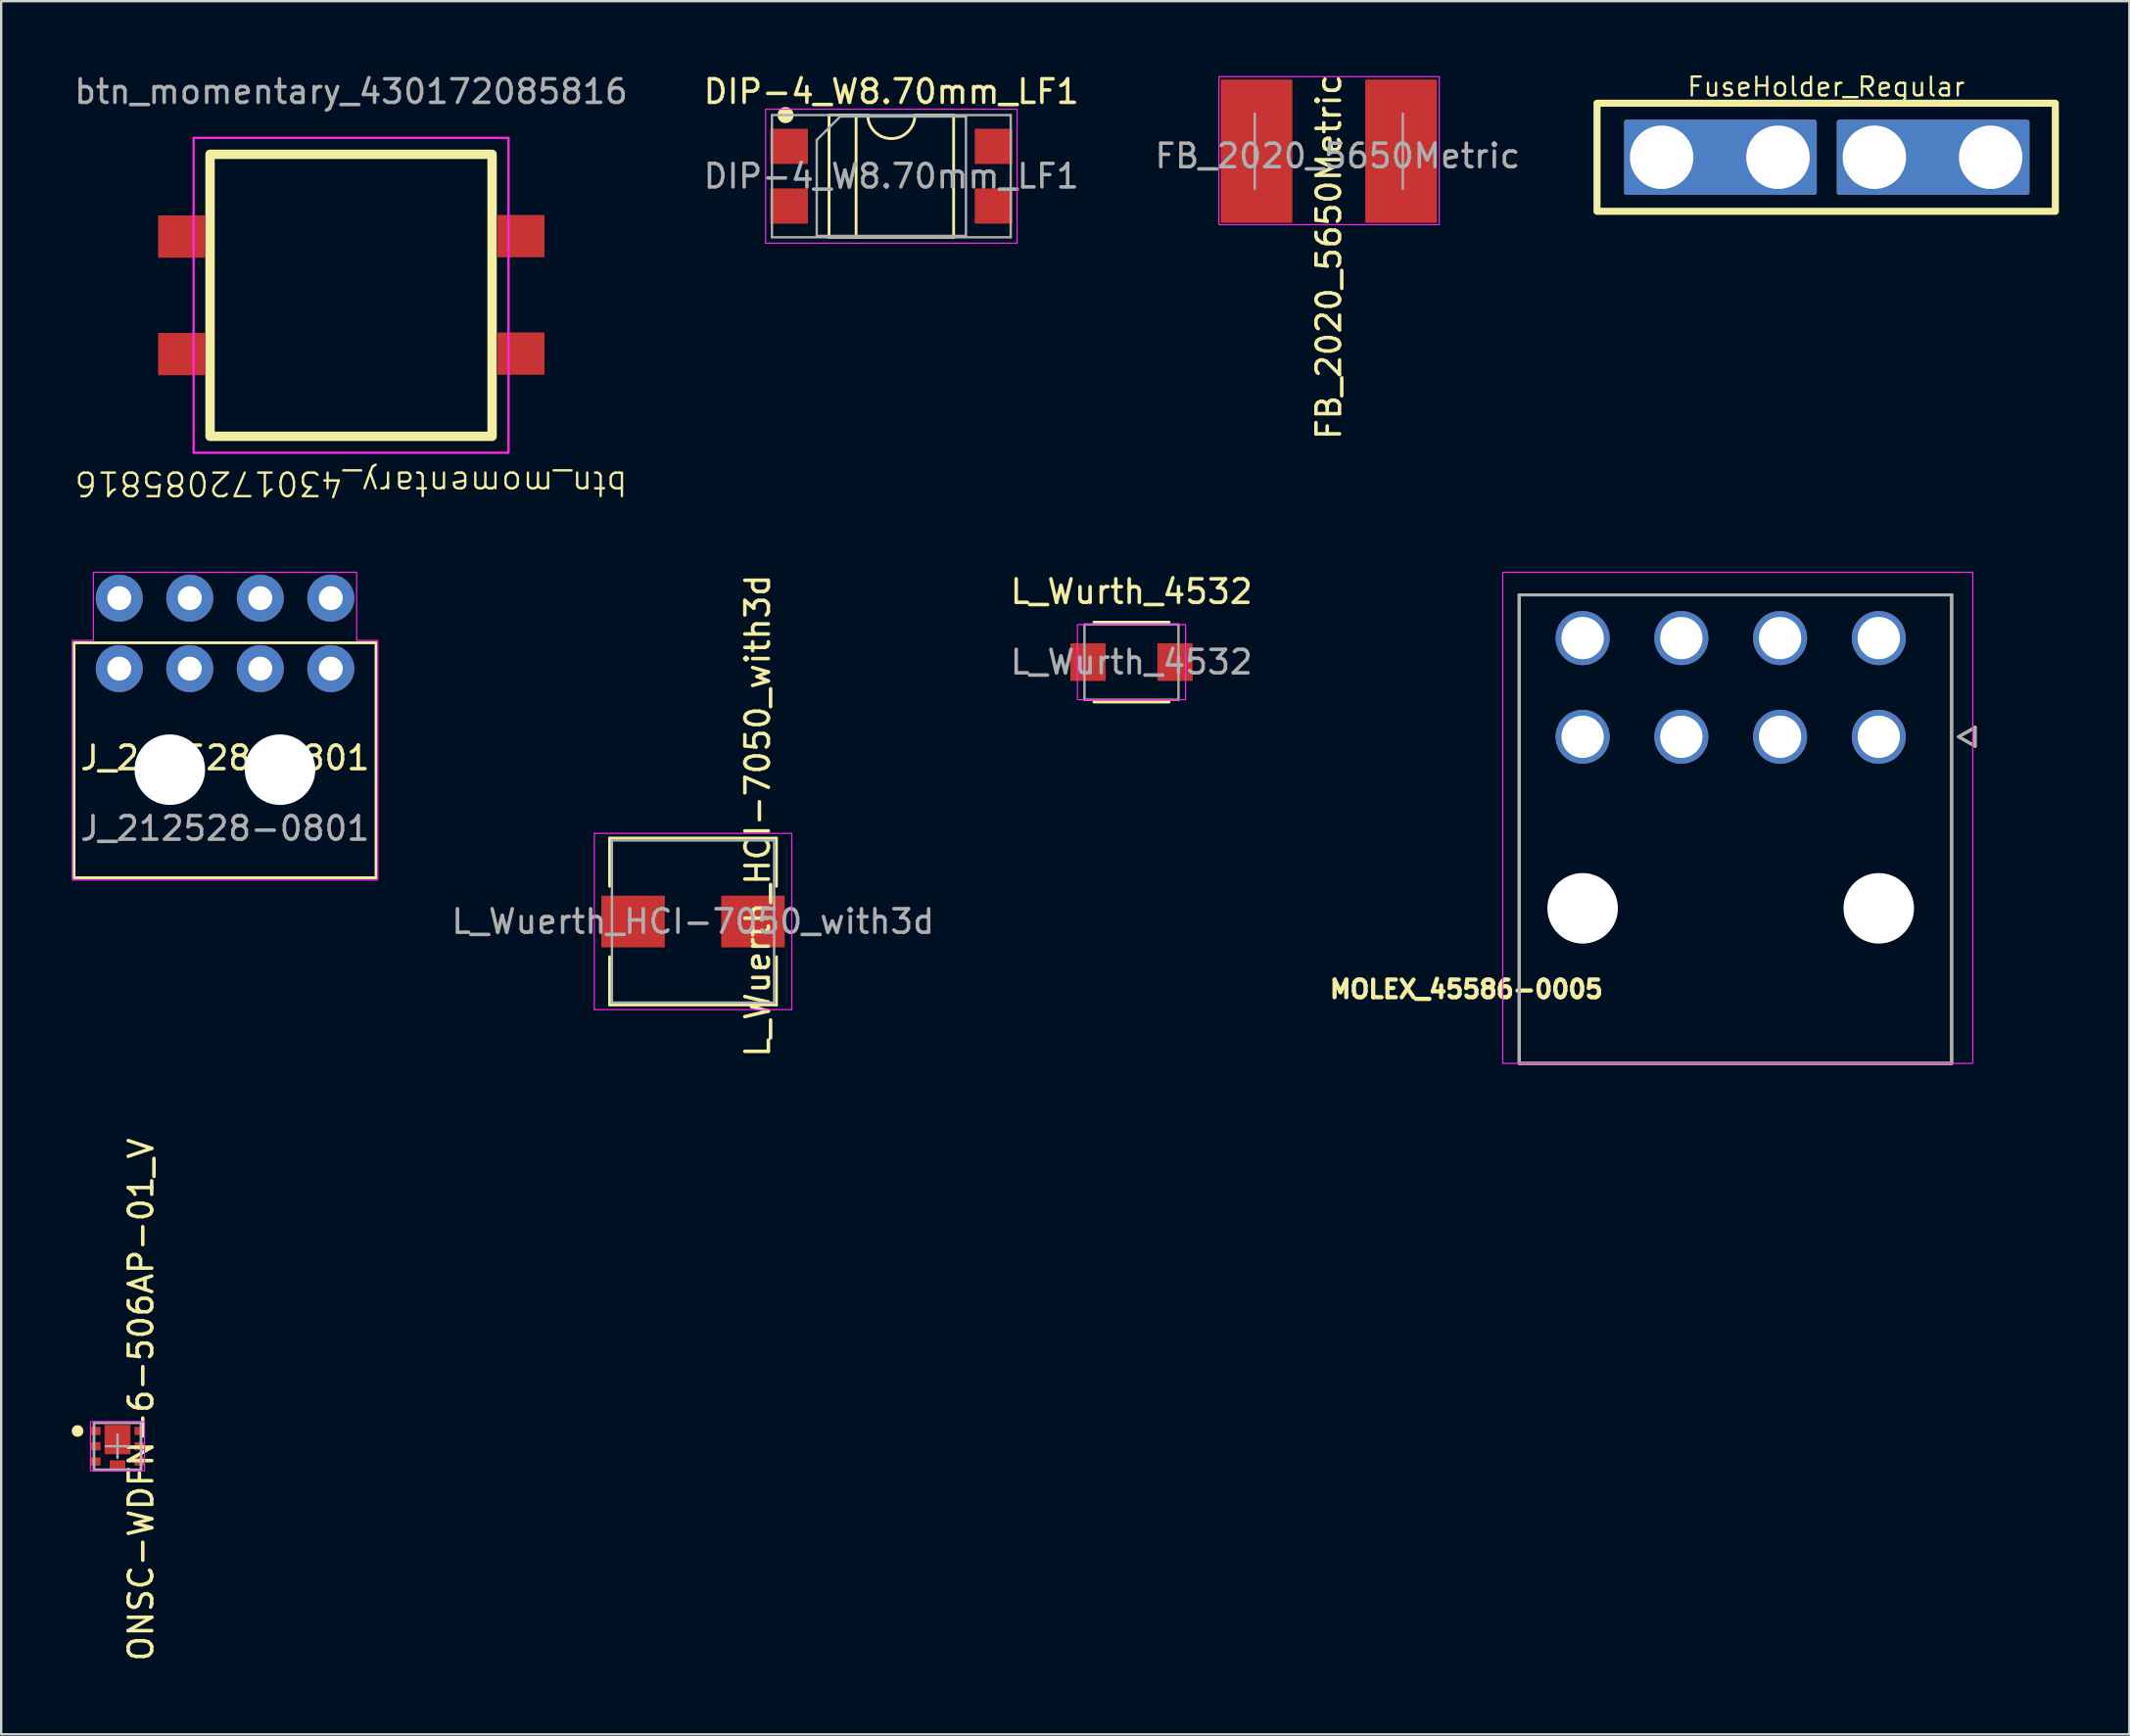
<source format=kicad_pcb>
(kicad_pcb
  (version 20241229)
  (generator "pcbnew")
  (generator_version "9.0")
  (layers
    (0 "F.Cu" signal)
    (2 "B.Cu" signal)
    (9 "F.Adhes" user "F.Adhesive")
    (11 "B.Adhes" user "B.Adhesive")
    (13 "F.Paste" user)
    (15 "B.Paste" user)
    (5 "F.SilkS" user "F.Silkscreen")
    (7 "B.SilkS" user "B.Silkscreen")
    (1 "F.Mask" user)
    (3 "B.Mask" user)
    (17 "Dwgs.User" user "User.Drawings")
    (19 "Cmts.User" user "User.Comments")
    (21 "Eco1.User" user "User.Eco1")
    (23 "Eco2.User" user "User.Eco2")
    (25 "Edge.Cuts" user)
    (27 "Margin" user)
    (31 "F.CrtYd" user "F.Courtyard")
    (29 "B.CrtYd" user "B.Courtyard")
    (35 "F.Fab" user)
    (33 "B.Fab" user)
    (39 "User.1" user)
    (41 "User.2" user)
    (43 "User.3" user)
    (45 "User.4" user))
  (footprint "FB_2020_5650Metric"
    (layer "F.Cu")
    (at 53.488 3.387)
    (property "Reference" "FB_2020_5650Metric" (at 0 4.5 90) (layer "F.SilkS") (effects (font (size 1 1) (thickness 0.15))))
    (attr smd)
    (fp_rect (start -4.675 -3.175) (end 4.7 3.125) (stroke (width 0.05) (type solid)) (fill no) (layer "F.CrtYd"))
    (fp_line (start -3.15 1.6) (end -3.15 -1.6) (stroke (width 0.1) (type solid)) (layer "F.Fab"))
    (fp_line (start 3.15 -1.6) (end 3.15 1.6) (stroke (width 0.1) (type solid)) (layer "F.Fab"))
    (fp_text user "${REFERENCE}" (at 0.375 0.2 0) (layer "F.Fab") (effects (font (size 1 1) (thickness 0.15))))
    (pad "1" smd roundrect (at -3.075 0) (size 3.05 6.1) (layers "F.Cu" "F.Mask" "F.Paste") (roundrect_rratio 0.02))
    (pad "2" smd roundrect (at 3.075 0) (size 3.05 6.1) (layers "F.Cu" "F.Mask" "F.Paste") (roundrect_rratio 0.02)))
  (footprint "DIP-4_W8.70mm_LF1"
    (layer "F.Cu")
    (at 34.875 4.448)
    (property "Reference" "DIP-4_W8.70mm_LF1" (at 0 -3.6 0) (layer "F.SilkS") (effects (font (size 1 1) (thickness 0.15))))
    (attr smd)
    (fp_line (start -2.65 -2.6) (end -2.65 2.6) (stroke (width 0.12) (type solid)) (layer "F.SilkS"))
    (fp_line (start -2.65 2.6) (end 2.65 2.6) (stroke (width 0.12) (type solid)) (layer "F.SilkS"))
    (fp_line (start -1.5 2.6) (end -1.5 -2.6) (stroke (width 0.12) (type solid)) (layer "F.SilkS"))
    (fp_line (start -1 -2.6) (end -2.65 -2.6) (stroke (width 0.12) (type solid)) (layer "F.SilkS"))
    (fp_line (start 2.65 -2.6) (end 1 -2.6) (stroke (width 0.12) (type solid)) (layer "F.SilkS"))
    (fp_line (start 2.65 2.6) (end 2.65 -2.6) (stroke (width 0.12) (type solid)) (layer "F.SilkS"))
    (fp_arc (start 1 -2.6) (mid 0 -1.6) (end -1 -2.6) (stroke (width 0.12) (type solid)) (layer "F.SilkS"))
    (fp_circle (center -4.5 -2.6) (end -4.217 -2.6) (stroke (width 0.12) (type solid)) (fill yes) (layer "F.SilkS"))
    (fp_line (start -5.35 -2.85) (end -5.35 2.85) (stroke (width 0.05) (type solid)) (layer "F.CrtYd"))
    (fp_line (start -5.35 2.85) (end 5.35 2.85) (stroke (width 0.05) (type solid)) (layer "F.CrtYd"))
    (fp_line (start 5.35 -2.85) (end -5.35 -2.85) (stroke (width 0.05) (type solid)) (layer "F.CrtYd"))
    (fp_line (start 5.35 2.85) (end 5.35 -2.85) (stroke (width 0.05) (type solid)) (layer "F.CrtYd"))
    (fp_line (start -5.08 -2.6) (end -5.08 2.6) (stroke (width 0.1) (type solid)) (layer "F.Fab"))
    (fp_line (start -5.08 2.6) (end 5.08 2.6) (stroke (width 0.1) (type solid)) (layer "F.Fab"))
    (fp_line (start -3.175 -1.54) (end -2.175 -2.54) (stroke (width 0.1) (type solid)) (layer "F.Fab"))
    (fp_line (start -3.175 2.54) (end -3.175 -1.54) (stroke (width 0.1) (type solid)) (layer "F.Fab"))
    (fp_line (start -2.175 -2.54) (end 3.175 -2.54) (stroke (width 0.1) (type solid)) (layer "F.Fab"))
    (fp_line (start 3.175 -2.54) (end 3.175 2.54) (stroke (width 0.1) (type solid)) (layer "F.Fab"))
    (fp_line (start 3.175 2.54) (end -3.175 2.54) (stroke (width 0.1) (type solid)) (layer "F.Fab"))
    (fp_line (start 5.08 -2.6) (end -5.08 -2.6) (stroke (width 0.1) (type solid)) (layer "F.Fab"))
    (fp_line (start 5.08 2.6) (end 5.08 -2.6) (stroke (width 0.1) (type solid)) (layer "F.Fab"))
    (fp_text user "${REFERENCE}" (at 0 0 0) (layer "F.Fab") (effects (font (size 1 1) (thickness 0.15))))
    (pad "1" smd rect (at -4.35 -1.27) (size 1.6 1.5) (layers "F.Cu" "F.Mask" "F.Paste"))
    (pad "2" smd rect (at -4.35 1.27) (size 1.6 1.5) (layers "F.Cu" "F.Mask" "F.Paste"))
    (pad "3" smd rect (at 4.35 1.27) (size 1.6 1.5) (layers "F.Cu" "F.Mask" "F.Paste"))
    (pad "4" smd rect (at 4.35 -1.27) (size 1.6 1.5) (layers "F.Cu" "F.Mask" "F.Paste")))
  (footprint "ONSC-WDFN-6-506AP-01_V"
    (layer "F.Cu")
    (at 1.95 58.496)
    (property "Reference" "ONSC-WDFN-6-506AP-01_V" (at 1 -1.985 90) (layer "F.SilkS") (effects (font (size 1 1) (thickness 0.15))))
    (attr smd)
    (fp_rect (start -1 -1) (end 1 1) (stroke (width 0.1) (type default)) (fill no) (layer "F.SilkS"))
    (fp_circle (center -1.7 -0.65) (end -1.575 -0.65) (stroke (width 0.25) (type solid)) (fill no) (layer "F.SilkS"))
    (fp_rect (start -1.15 -1.05) (end 1.15 1.05) (stroke (width 0.05) (type default)) (fill no) (layer "F.CrtYd"))
    (fp_line (start -1 -1) (end 1 -1) (stroke (width 0.1) (type solid)) (layer "F.Fab"))
    (fp_line (start -1 1) (end -1 -1) (stroke (width 0.1) (type solid)) (layer "F.Fab"))
    (fp_line (start -1 1) (end 1 1) (stroke (width 0.1) (type solid)) (layer "F.Fab"))
    (fp_line (start -0.5 0) (end 0.5 0) (stroke (width 0.1) (type solid)) (layer "F.Fab"))
    (fp_line (start 0 0.5) (end 0 -0.5) (stroke (width 0.1) (type solid)) (layer "F.Fab"))
    (fp_line (start 1 1) (end 1 -1) (stroke (width 0.1) (type solid)) (layer "F.Fab"))
    (pad "1" smd rect (at -0.935 -0.65) (size 0.43 0.35) (layers "F.Cu" "F.Mask" "F.Paste"))
    (pad "2" smd rect (at -0.935 0) (size 0.43 0.35) (layers "F.Cu" "F.Mask" "F.Paste"))
    (pad "3" smd rect (at -0.935 0.65) (size 0.43 0.35) (layers "F.Cu" "F.Mask" "F.Paste"))
    (pad "4" smd rect (at 0.935 0.65) (size 0.43 0.35) (layers "F.Cu" "F.Mask" "F.Paste"))
    (pad "5" smd rect (at 0.935 0) (size 0.43 0.35) (layers "F.Cu" "F.Mask" "F.Paste"))
    (pad "6" smd rect (at 0.935 -0.65) (size 0.43 0.35) (layers "F.Cu" "F.Mask" "F.Paste"))
    (pad "7" smd rect (at 0 -0.285) (size 1.1 1.25) (layers "F.Cu" "F.Mask" "F.Paste"))
    (pad "8" smd rect (at 0 0.775) (size 0.66 0.35) (layers "F.Cu" "F.Mask" "F.Paste")))
  (footprint "FuseHolder_Regular"
    (layer "F.Cu")
    (at 74.65 3.643)
    (property "Reference" "FuseHolder_Regular" (at 0 -3 0) (unlocked yes) (layer "F.SilkS") (effects (font (size 0.8 0.8) (thickness 0.1))))
    (attr through_hole)
    (fp_rect (start -9.75 -2.3) (end 9.75 2.3) (stroke (width 0.3) (type solid)) (fill no) (layer "F.SilkS"))
    (pad "1" thru_hole custom (at -7 0) (size 3.2 3.2) (drill 2.7) (layers "*.Cu" "*.Mask") (options (anchor circle)) (primitives (gr_rect (start -1.5 -1.5) (end 6.5 1.5) (width 0.2) (fill yes))))
    (pad "1" thru_hole circle (at -2.05 0) (size 3.2 3.2) (drill 2.7) (layers "*.Cu" "*.Mask"))
    (pad "2" thru_hole custom (at 2.05 0) (size 3.2 3.2) (drill 2.7) (layers "*.Cu" "*.Mask") (options (anchor circle)) (primitives (gr_rect (start -1.5 -1.5) (end 6.5 1.5) (width 0.2) (fill yes))))
    (pad "2" thru_hole circle (at 7 0) (size 3.2 3.2) (drill 2.7) (layers "*.Cu" "*.Mask")))
  (footprint "L_Wuerth_HCI-7050_with3d"
    (layer "F.Cu")
    (at 26.437 36.166)
    (property "Reference" "L_Wuerth_HCI-7050_with3d" (at 2.75 -4.5 90) (layer "F.SilkS") (effects (font (size 1 1) (thickness 0.15))))
    (attr smd)
    (fp_line (start -3.55 -3.55) (end 3.55 -3.55) (stroke (width 0.12) (type solid)) (layer "F.SilkS"))
    (fp_line (start -3.55 -1.5) (end -3.55 -3.55) (stroke (width 0.12) (type solid)) (layer "F.SilkS"))
    (fp_line (start -3.55 1.5) (end -3.55 3.55) (stroke (width 0.12) (type solid)) (layer "F.SilkS"))
    (fp_line (start -3.55 3.55) (end 3.55 3.55) (stroke (width 0.12) (type solid)) (layer "F.SilkS"))
    (fp_line (start 3.55 -3.55) (end 3.55 -1.5) (stroke (width 0.12) (type solid)) (layer "F.SilkS"))
    (fp_line (start 3.55 3.55) (end 3.55 1.5) (stroke (width 0.12) (type solid)) (layer "F.SilkS"))
    (fp_line (start -4.2 -3.75) (end -4.2 3.75) (stroke (width 0.05) (type solid)) (layer "F.CrtYd"))
    (fp_line (start -4.2 3.75) (end 4.2 3.75) (stroke (width 0.05) (type solid)) (layer "F.CrtYd"))
    (fp_line (start 4.2 -3.75) (end -4.2 -3.75) (stroke (width 0.05) (type solid)) (layer "F.CrtYd"))
    (fp_line (start 4.2 3.75) (end 4.2 -3.75) (stroke (width 0.05) (type solid)) (layer "F.CrtYd"))
    (fp_line (start -3.45 -3.45) (end -3.45 3.45) (stroke (width 0.1) (type solid)) (layer "F.Fab"))
    (fp_line (start -3.45 3.45) (end 3.45 3.45) (stroke (width 0.1) (type solid)) (layer "F.Fab"))
    (fp_line (start 3.45 -3.45) (end -3.45 -3.45) (stroke (width 0.1) (type solid)) (layer "F.Fab"))
    (fp_line (start 3.45 3.45) (end 3.45 -3.45) (stroke (width 0.1) (type solid)) (layer "F.Fab"))
    (fp_text user "${REFERENCE}" (at 0 0 0) (layer "F.Fab") (effects (font (size 1 1) (thickness 0.15))))
    (pad "1" smd rect (at -2.55 0) (size 2.7 2.2) (layers "F.Cu" "F.Mask" "F.Paste"))
    (pad "2" smd rect (at 2.55 0) (size 2.7 2.2) (layers "F.Cu" "F.Mask" "F.Paste")))
  (footprint "L_Wurth_4532"
    (layer "F.Cu")
    (at 45.092 25.127)
    (property "Reference" "L_Wurth_4532" (at 0 -3 0) (layer "F.SilkS") (effects (font (size 1 1) (thickness 0.15))))
    (attr smd)
    (fp_line (start -1.6 -1.7) (end 1.6 -1.7) (stroke (width 0.12) (type solid)) (layer "F.SilkS"))
    (fp_line (start -1.6 1.7) (end 1.6 1.7) (stroke (width 0.12) (type solid)) (layer "F.SilkS"))
    (fp_rect (start -2.3 1.6) (end 2.3 -1.6) (stroke (width 0.05) (type solid)) (fill no) (layer "F.CrtYd"))
    (fp_line (start -2 -1.6) (end 2 -1.6) (stroke (width 0.1) (type solid)) (layer "F.Fab"))
    (fp_line (start -2 0) (end -2 -1.6) (stroke (width 0.1) (type solid)) (layer "F.Fab"))
    (fp_line (start -2 0) (end -2 1.6) (stroke (width 0.1) (type solid)) (layer "F.Fab"))
    (fp_line (start -2 1.6) (end 2 1.6) (stroke (width 0.1) (type solid)) (layer "F.Fab"))
    (fp_line (start 2 0) (end 2 -1.6) (stroke (width 0.1) (type solid)) (layer "F.Fab"))
    (fp_line (start 2 0) (end 2 1.6) (stroke (width 0.1) (type solid)) (layer "F.Fab"))
    (fp_text user "${REFERENCE}" (at 0 0 0) (layer "F.Fab") (effects (font (size 1 1) (thickness 0.15))))
    (pad "1" smd rect (at -1.85 0) (size 1.5 1.6) (layers "F.Cu" "F.Mask" "F.Paste"))
    (pad "2" smd rect (at 1.85 0) (size 1.5 1.6) (layers "F.Cu" "F.Mask" "F.Paste")))
  (footprint "J_212528-0801"
    (layer "F.Cu")
    (at 6.525 29.704)
    (property "Reference" "J_212528-0801" (at 0 -0.5 0) (unlocked yes) (layer "F.SilkS") (effects (font (size 1 1) (thickness 0.15))))
    (attr through_hole)
    (fp_rect (start -6.425 -5.4) (end 6.425 4.6) (stroke (width 0.12) (type default)) (fill no) (layer "F.SilkS"))
    (fp_poly (pts (xy -6.5 4.7) (xy 6.5 4.7) (xy 6.5 -5.5) (xy 5.6 -5.5) (xy 5.6 -8.4) (xy -5.6 -8.4) (xy -5.6 -5.5) (xy -6.5 -5.5)) (stroke (width 0.05) (type solid)) (fill no) (layer "F.CrtYd"))
    (fp_line (start 0 0) (end 0 4.6) (stroke (width 0.12) (type default)) (layer "User.9"))
    (fp_text user "${REFERENCE}" (at 0 2.5 0) (unlocked yes) (layer "F.Fab") (effects (font (size 1 1) (thickness 0.15))))
    (pad "" np_thru_hole circle (at -2.35 0) (size 3 3) (drill 3) (layers "*.Cu" "*.Mask"))
    (pad "" np_thru_hole circle (at 2.34 0) (size 3 3) (drill 3) (layers "*.Cu" "*.Mask"))
    (pad "1" thru_hole circle (at -4.5 -7.3) (size 2 2) (drill 1.02) (layers "*.Cu" "*.Mask"))
    (pad "2" thru_hole circle (at -4.5 -4.3) (size 2 2) (drill 1.02) (layers "*.Cu" "*.Mask"))
    (pad "3" thru_hole circle (at -1.5 -7.3) (size 2 2) (drill 1.02) (layers "*.Cu" "*.Mask"))
    (pad "4" thru_hole circle (at -1.5 -4.3) (size 2 2) (drill 1.02) (layers "*.Cu" "*.Mask"))
    (pad "5" thru_hole circle (at 1.5 -7.3) (size 2 2) (drill 1.02) (layers "*.Cu" "*.Mask"))
    (pad "6" thru_hole circle (at 1.5 -4.3) (size 2 2) (drill 1.02) (layers "*.Cu" "*.Mask"))
    (pad "7" thru_hole circle (at 4.5 -7.3) (size 2 2) (drill 1.02) (layers "*.Cu" "*.Mask"))
    (pad "8" thru_hole circle (at 4.5 -4.3) (size 2 2) (drill 1.02) (layers "*.Cu" "*.Mask")))
  (footprint "MOLEX_45586-0005"
    (layer "F.Cu")
    (at 76.888 28.304)
    (property "Reference" "MOLEX_45586-0005" (at -17.548 10.745 0) (unlocked yes) (layer "F.SilkS") (effects (font (size 0.75 0.75) (thickness 0.18) (bold yes))))
    (attr through_hole)
    (fp_line (start -15.3 -6.04) (end 1.476 -6.04) (stroke (width 0.127) (type solid)) (layer "F.SilkS"))
    (fp_line (start -15.3 13.9) (end -15.3 -6.04) (stroke (width 0.127) (type solid)) (layer "F.SilkS"))
    (fp_line (start 3.1 -6.04) (end 1.476 -6.04) (stroke (width 0.127) (type solid)) (layer "F.SilkS"))
    (fp_line (start 3.1 -6.04) (end 3.1 13.9) (stroke (width 0.127) (type solid)) (layer "F.SilkS"))
    (fp_line (start 3.1 13.9) (end -15.3 13.9) (stroke (width 0.127) (type solid)) (layer "F.SilkS"))
    (fp_line (start 3.397 0) (end 4.097 0.4) (stroke (width 0.127) (type solid)) (layer "F.SilkS"))
    (fp_line (start 4.097 -0.4) (end 3.397 0) (stroke (width 0.127) (type solid)) (layer "F.SilkS"))
    (fp_line (start 4.097 0.4) (end 4.097 -0.4) (stroke (width 0.127) (type solid)) (layer "F.SilkS"))
    (fp_rect (start -16 -7) (end 4 13.9) (stroke (width 0.05) (type default)) (fill no) (layer "F.CrtYd"))
    (fp_line (start -15.3 -6.04) (end 3.1 -6.04) (stroke (width 0.127) (type solid)) (layer "F.Fab"))
    (fp_line (start -15.3 13.9) (end -15.3 -6.04) (stroke (width 0.127) (type solid)) (layer "F.Fab"))
    (fp_line (start 3.1 -6.04) (end 3.1 13.9) (stroke (width 0.127) (type solid)) (layer "F.Fab"))
    (fp_line (start 3.1 13.9) (end -15.3 13.9) (stroke (width 0.127) (type solid)) (layer "F.Fab"))
    (fp_line (start 3.397 0) (end 4.097 0.4) (stroke (width 0.127) (type solid)) (layer "F.Fab"))
    (fp_line (start 4.097 -0.4) (end 3.397 0) (stroke (width 0.127) (type solid)) (layer "F.Fab"))
    (fp_line (start 4.097 0.4) (end 4.097 -0.4) (stroke (width 0.127) (type solid)) (layer "F.Fab"))
    (pad "" np_thru_hole circle (at -12.6 7.3) (size 3 3) (drill 3) (layers "*.Cu" "*.Mask"))
    (pad "" np_thru_hole circle (at 0 7.3) (size 3 3) (drill 3) (layers "*.Cu" "*.Mask"))
    (pad "1" thru_hole circle (at 0 0) (size 2.3 2.3) (drill 1.8) (layers "*.Cu" "*.Mask"))
    (pad "2" thru_hole circle (at -4.2 0) (size 2.3 2.3) (drill 1.8) (layers "*.Cu" "*.Mask"))
    (pad "3" thru_hole circle (at -8.4 0) (size 2.3 2.3) (drill 1.8) (layers "*.Cu" "*.Mask"))
    (pad "4" thru_hole circle (at -12.6 0) (size 2.3 2.3) (drill 1.8) (layers "*.Cu" "*.Mask"))
    (pad "5" thru_hole circle (at 0 -4.2) (size 2.3 2.3) (drill 1.8) (layers "*.Cu" "*.Mask"))
    (pad "6" thru_hole circle (at -4.2 -4.2) (size 2.3 2.3) (drill 1.8) (layers "*.Cu" "*.Mask"))
    (pad "7" thru_hole circle (at -8.4 -4.2) (size 2.3 2.3) (drill 1.8) (layers "*.Cu" "*.Mask"))
    (pad "8" thru_hole circle (at -12.6 -4.2) (size 2.3 2.3) (drill 1.8) (layers "*.Cu" "*.Mask")))
  (footprint "btn_momentary_430172085816"
    (layer "F.Cu")
    (at 11.887 9.518)
    (property "Reference" "btn_momentary_430172085816" (at 0 8 180) (unlocked yes) (layer "F.SilkS") (effects (font (size 1 1) (thickness 0.1))))
    (attr smd)
    (fp_rect (start -6 -6) (end 6 6) (stroke (width 0.4) (type default)) (fill no) (layer "F.SilkS"))
    (fp_rect (start -6.7 -6.7) (end 6.7 6.7) (stroke (width 0.1) (type default)) (fill no) (layer "F.CrtYd"))
    (fp_text user "${REFERENCE}" (at 0 -8.67 0) (unlocked yes) (layer "F.Fab") (effects (font (size 1 1) (thickness 0.15))))
    (pad "1" smd rect (at -7.21 -2.5) (size 2 1.8) (layers "F.Cu" "F.Mask" "F.Paste"))
    (pad "2" smd rect (at 7.23 -2.52) (size 2 1.8) (layers "F.Cu" "F.Mask" "F.Paste"))
    (pad "3" smd rect (at -7.21 2.5) (size 2 1.8) (layers "F.Cu" "F.Mask" "F.Paste"))
    (pad "4" smd rect (at 7.23 2.48) (size 2 1.8) (layers "F.Cu" "F.Mask" "F.Paste")))
  (gr_rect
    (start -3 -3)
    (end 87.55 70.755)
    (stroke (width 0.1) (type default))
    (fill no)
    (layer "Edge.Cuts")))
</source>
